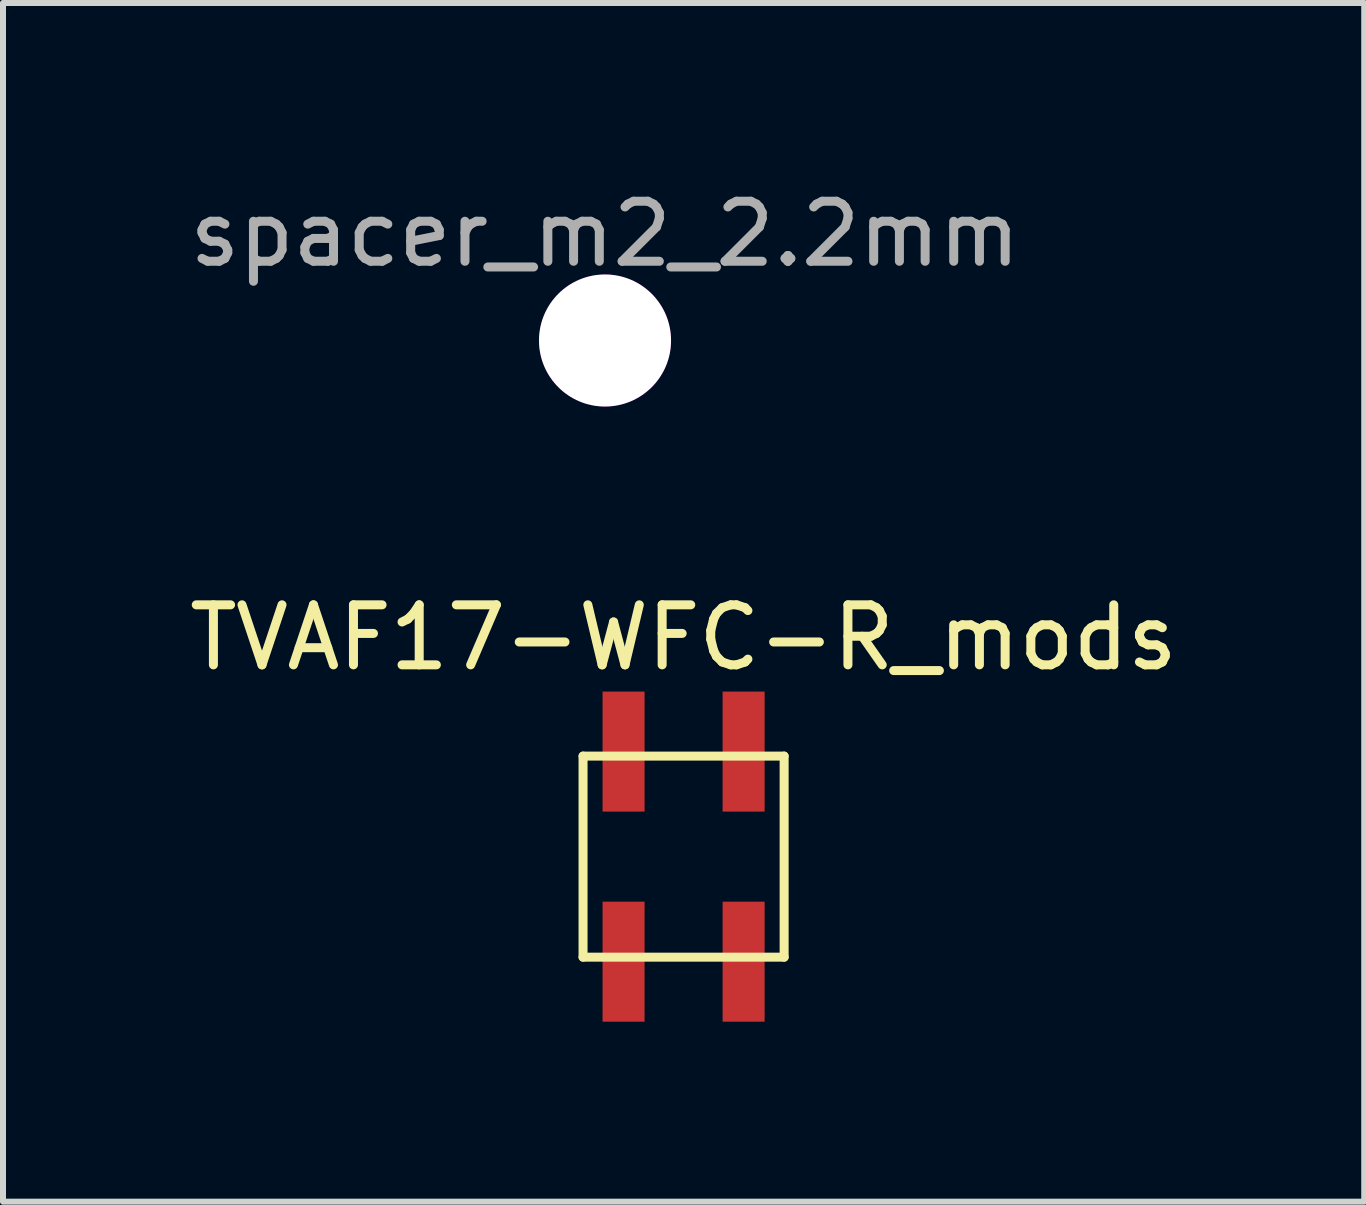
<source format=kicad_pcb>
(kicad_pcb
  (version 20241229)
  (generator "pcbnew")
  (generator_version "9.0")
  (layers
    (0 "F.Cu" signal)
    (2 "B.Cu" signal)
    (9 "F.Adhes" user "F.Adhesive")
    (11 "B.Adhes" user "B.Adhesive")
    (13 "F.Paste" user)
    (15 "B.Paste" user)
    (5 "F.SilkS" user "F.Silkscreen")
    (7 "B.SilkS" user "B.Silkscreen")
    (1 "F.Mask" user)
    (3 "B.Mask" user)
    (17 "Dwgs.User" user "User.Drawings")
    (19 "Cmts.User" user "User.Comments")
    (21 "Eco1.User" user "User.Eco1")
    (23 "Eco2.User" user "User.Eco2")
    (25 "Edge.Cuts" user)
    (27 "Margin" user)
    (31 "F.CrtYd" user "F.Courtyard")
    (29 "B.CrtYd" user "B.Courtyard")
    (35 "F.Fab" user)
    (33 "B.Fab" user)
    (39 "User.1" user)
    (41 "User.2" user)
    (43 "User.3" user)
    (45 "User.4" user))
  (footprint "TVAF17-WFC-R_mods"
    (layer "F.Cu")
    (at 8.339 11.222)
    (property "Reference" "TVAF17-WFC-R_mods" (at 0 -3.65 0) (layer "F.SilkS") (effects (font (size 1 1) (thickness 0.15))))
    (attr through_hole)
    (fp_line (start -1.675 -1.675) (end 1.675 -1.675) (stroke (width 0.15) (type solid)) (layer "F.SilkS"))
    (fp_line (start -1.675 1.675) (end -1.675 -1.675) (stroke (width 0.15) (type solid)) (layer "F.SilkS"))
    (fp_line (start 1.675 -1.675) (end 1.675 1.675) (stroke (width 0.15) (type solid)) (layer "F.SilkS"))
    (fp_line (start 1.675 1.675) (end -1.675 1.675) (stroke (width 0.15) (type solid)) (layer "F.SilkS"))
    (pad "1" smd rect (at 1 -1.75) (size 0.7 2) (layers "F.Cu" "F.Mask" "F.Paste"))
    (pad "2" smd rect (at -1 -1.75) (size 0.7 2) (layers "F.Cu" "F.Mask" "F.Paste"))
    (pad "3" smd rect (at 1 1.75) (size 0.7 2) (layers "F.Cu" "F.Mask" "F.Paste"))
    (pad "4" smd rect (at -1 1.75) (size 0.7 2) (layers "F.Cu" "F.Mask" "F.Paste")))
  (footprint "spacer_m2_2.2mm"
    (layer "F.Cu")
    (at 7.03 2.623)
    (property "Reference" "spacer_m2_2.2mm" (at 0 -1.775 0) (layer "F.Fab") (effects (font (size 1 1) (thickness 0.15))))
    (attr exclude_from_pos_files exclude_from_bom)
    (pad "" np_thru_hole circle (at 0 0) (size 2.2 2.2) (drill 2.2) (layers "*.Cu" "*.Mask"))
    (pad "" smd circle (at 0 0) (size 2.2 2.2) (layers "F.Adhes"))
    (pad "" smd circle (at 0 0) (size 2.2 2.2) (layers "B.Adhes")))
  (gr_rect
    (start -3 -3)
    (end 19.679 16.971)
    (stroke (width 0.1) (type default))
    (fill no)
    (layer "Edge.Cuts")))
</source>
